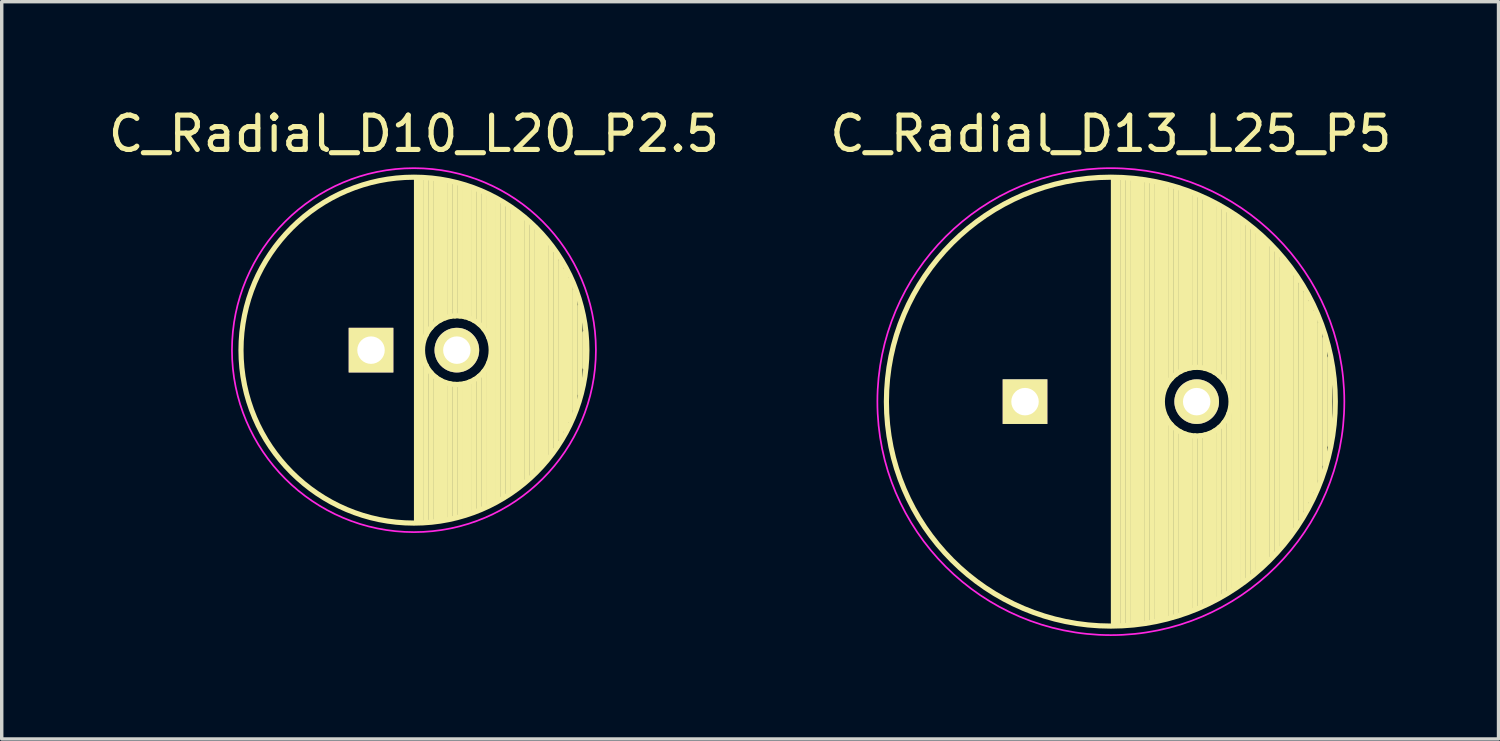
<source format=kicad_pcb>
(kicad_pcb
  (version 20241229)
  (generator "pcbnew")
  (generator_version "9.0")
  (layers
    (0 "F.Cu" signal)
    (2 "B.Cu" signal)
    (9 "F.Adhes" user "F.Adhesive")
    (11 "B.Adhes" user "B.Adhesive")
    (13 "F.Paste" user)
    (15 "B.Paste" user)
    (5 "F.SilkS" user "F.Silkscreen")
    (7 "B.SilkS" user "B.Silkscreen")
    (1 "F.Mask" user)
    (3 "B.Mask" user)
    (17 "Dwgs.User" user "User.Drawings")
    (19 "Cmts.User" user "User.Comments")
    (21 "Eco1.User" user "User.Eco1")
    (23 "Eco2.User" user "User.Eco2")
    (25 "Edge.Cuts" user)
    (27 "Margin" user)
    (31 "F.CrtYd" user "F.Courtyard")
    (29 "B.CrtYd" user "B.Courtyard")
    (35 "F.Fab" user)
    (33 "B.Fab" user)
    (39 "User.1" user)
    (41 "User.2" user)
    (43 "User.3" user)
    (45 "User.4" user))
  (footprint "C_Radial_D13_L25_P5"
    (layer "F.Cu")
    (at 26.804 8.648)
    (property "Reference" "C_Radial_D13_L25_P5" (at 2.5 -7.8 0) (layer "F.SilkS") (effects (font (size 1 1) (thickness 0.15))))
    (attr through_hole)
    (fp_line (start 2.575 -6.5) (end 2.575 6.5) (stroke (width 0.15) (type solid)) (layer "F.SilkS"))
    (fp_line (start 2.715 -6.496) (end 2.715 6.496) (stroke (width 0.15) (type solid)) (layer "F.SilkS"))
    (fp_line (start 2.855 -6.49) (end 2.855 6.49) (stroke (width 0.15) (type solid)) (layer "F.SilkS"))
    (fp_line (start 2.995 -6.481) (end 2.995 6.481) (stroke (width 0.15) (type solid)) (layer "F.SilkS"))
    (fp_line (start 3.135 -6.469) (end 3.135 6.469) (stroke (width 0.15) (type solid)) (layer "F.SilkS"))
    (fp_line (start 3.275 -6.454) (end 3.275 6.454) (stroke (width 0.15) (type solid)) (layer "F.SilkS"))
    (fp_line (start 3.415 -6.435) (end 3.415 6.435) (stroke (width 0.15) (type solid)) (layer "F.SilkS"))
    (fp_line (start 3.555 -6.414) (end 3.555 6.414) (stroke (width 0.15) (type solid)) (layer "F.SilkS"))
    (fp_line (start 3.695 -6.389) (end 3.695 6.389) (stroke (width 0.15) (type solid)) (layer "F.SilkS"))
    (fp_line (start 3.835 -6.361) (end 3.835 6.361) (stroke (width 0.15) (type solid)) (layer "F.SilkS"))
    (fp_line (start 3.975 -6.33) (end 3.975 6.33) (stroke (width 0.15) (type solid)) (layer "F.SilkS"))
    (fp_line (start 4.115 -6.296) (end 4.115 -0.466) (stroke (width 0.15) (type solid)) (layer "F.SilkS"))
    (fp_line (start 4.115 0.466) (end 4.115 6.296) (stroke (width 0.15) (type solid)) (layer "F.SilkS"))
    (fp_line (start 4.255 -6.259) (end 4.255 -0.667) (stroke (width 0.15) (type solid)) (layer "F.SilkS"))
    (fp_line (start 4.255 0.667) (end 4.255 6.259) (stroke (width 0.15) (type solid)) (layer "F.SilkS"))
    (fp_line (start 4.395 -6.218) (end 4.395 -0.796) (stroke (width 0.15) (type solid)) (layer "F.SilkS"))
    (fp_line (start 4.395 0.796) (end 4.395 6.218) (stroke (width 0.15) (type solid)) (layer "F.SilkS"))
    (fp_line (start 4.535 -6.173) (end 4.535 -0.885) (stroke (width 0.15) (type solid)) (layer "F.SilkS"))
    (fp_line (start 4.535 0.885) (end 4.535 6.173) (stroke (width 0.15) (type solid)) (layer "F.SilkS"))
    (fp_line (start 4.675 -6.125) (end 4.675 -0.946) (stroke (width 0.15) (type solid)) (layer "F.SilkS"))
    (fp_line (start 4.675 0.946) (end 4.675 6.125) (stroke (width 0.15) (type solid)) (layer "F.SilkS"))
    (fp_line (start 4.815 -6.074) (end 4.815 -0.983) (stroke (width 0.15) (type solid)) (layer "F.SilkS"))
    (fp_line (start 4.815 0.983) (end 4.815 6.074) (stroke (width 0.15) (type solid)) (layer "F.SilkS"))
    (fp_line (start 4.955 -6.019) (end 4.955 -0.999) (stroke (width 0.15) (type solid)) (layer "F.SilkS"))
    (fp_line (start 4.955 0.999) (end 4.955 6.019) (stroke (width 0.15) (type solid)) (layer "F.SilkS"))
    (fp_line (start 5.095 -5.96) (end 5.095 -0.995) (stroke (width 0.15) (type solid)) (layer "F.SilkS"))
    (fp_line (start 5.095 0.995) (end 5.095 5.96) (stroke (width 0.15) (type solid)) (layer "F.SilkS"))
    (fp_line (start 5.235 -5.897) (end 5.235 -0.972) (stroke (width 0.15) (type solid)) (layer "F.SilkS"))
    (fp_line (start 5.235 0.972) (end 5.235 5.897) (stroke (width 0.15) (type solid)) (layer "F.SilkS"))
    (fp_line (start 5.375 -5.83) (end 5.375 -0.927) (stroke (width 0.15) (type solid)) (layer "F.SilkS"))
    (fp_line (start 5.375 0.927) (end 5.375 5.83) (stroke (width 0.15) (type solid)) (layer "F.SilkS"))
    (fp_line (start 5.515 -5.758) (end 5.515 -0.857) (stroke (width 0.15) (type solid)) (layer "F.SilkS"))
    (fp_line (start 5.515 0.857) (end 5.515 5.758) (stroke (width 0.15) (type solid)) (layer "F.SilkS"))
    (fp_line (start 5.655 -5.683) (end 5.655 -0.756) (stroke (width 0.15) (type solid)) (layer "F.SilkS"))
    (fp_line (start 5.655 0.756) (end 5.655 5.683) (stroke (width 0.15) (type solid)) (layer "F.SilkS"))
    (fp_line (start 5.795 -5.603) (end 5.795 -0.607) (stroke (width 0.15) (type solid)) (layer "F.SilkS"))
    (fp_line (start 5.795 0.607) (end 5.795 5.603) (stroke (width 0.15) (type solid)) (layer "F.SilkS"))
    (fp_line (start 5.935 -5.518) (end 5.935 -0.355) (stroke (width 0.15) (type solid)) (layer "F.SilkS"))
    (fp_line (start 5.935 0.355) (end 5.935 5.518) (stroke (width 0.15) (type solid)) (layer "F.SilkS"))
    (fp_line (start 6.075 -5.429) (end 6.075 5.429) (stroke (width 0.15) (type solid)) (layer "F.SilkS"))
    (fp_line (start 6.215 -5.334) (end 6.215 5.334) (stroke (width 0.15) (type solid)) (layer "F.SilkS"))
    (fp_line (start 6.355 -5.233) (end 6.355 5.233) (stroke (width 0.15) (type solid)) (layer "F.SilkS"))
    (fp_line (start 6.495 -5.127) (end 6.495 5.127) (stroke (width 0.15) (type solid)) (layer "F.SilkS"))
    (fp_line (start 6.635 -5.015) (end 6.635 5.015) (stroke (width 0.15) (type solid)) (layer "F.SilkS"))
    (fp_line (start 6.775 -4.896) (end 6.775 4.896) (stroke (width 0.15) (type solid)) (layer "F.SilkS"))
    (fp_line (start 6.915 -4.771) (end 6.915 4.771) (stroke (width 0.15) (type solid)) (layer "F.SilkS"))
    (fp_line (start 7.055 -4.637) (end 7.055 4.637) (stroke (width 0.15) (type solid)) (layer "F.SilkS"))
    (fp_line (start 7.195 -4.495) (end 7.195 4.495) (stroke (width 0.15) (type solid)) (layer "F.SilkS"))
    (fp_line (start 7.335 -4.344) (end 7.335 4.344) (stroke (width 0.15) (type solid)) (layer "F.SilkS"))
    (fp_line (start 7.475 -4.183) (end 7.475 4.183) (stroke (width 0.15) (type solid)) (layer "F.SilkS"))
    (fp_line (start 7.615 -4.011) (end 7.615 4.011) (stroke (width 0.15) (type solid)) (layer "F.SilkS"))
    (fp_line (start 7.755 -3.826) (end 7.755 3.826) (stroke (width 0.15) (type solid)) (layer "F.SilkS"))
    (fp_line (start 7.895 -3.625) (end 7.895 3.625) (stroke (width 0.15) (type solid)) (layer "F.SilkS"))
    (fp_line (start 8.035 -3.408) (end 8.035 3.408) (stroke (width 0.15) (type solid)) (layer "F.SilkS"))
    (fp_line (start 8.175 -3.169) (end 8.175 3.169) (stroke (width 0.15) (type solid)) (layer "F.SilkS"))
    (fp_line (start 8.315 -2.904) (end 8.315 2.904) (stroke (width 0.15) (type solid)) (layer "F.SilkS"))
    (fp_line (start 8.455 -2.605) (end 8.455 2.605) (stroke (width 0.15) (type solid)) (layer "F.SilkS"))
    (fp_line (start 8.595 -2.259) (end 8.595 2.259) (stroke (width 0.15) (type solid)) (layer "F.SilkS"))
    (fp_line (start 8.735 -1.837) (end 8.735 1.837) (stroke (width 0.15) (type solid)) (layer "F.SilkS"))
    (fp_line (start 8.875 -1.269) (end 8.875 1.269) (stroke (width 0.15) (type solid)) (layer "F.SilkS"))
    (fp_circle (center 2.5 0) (end 2.5 -6.537) (stroke (width 0.15) (type solid)) (fill no) (layer "F.SilkS"))
    (fp_circle (center 5 0) (end 5 -1) (stroke (width 0.15) (type solid)) (fill no) (layer "F.SilkS"))
    (fp_circle (center 2.5 0) (end 2.5 -6.8) (stroke (width 0.05) (type solid)) (fill no) (layer "F.CrtYd"))
    (pad "1" thru_hole rect (at 0 0) (size 1.3 1.3) (drill 0.8) (layers "*.Cu" "*.Mask" "F.SilkS"))
    (pad "2" thru_hole circle (at 5 0) (size 1.3 1.3) (drill 0.8) (layers "*.Cu" "*.Mask" "F.SilkS")))
  (footprint "C_Radial_D10_L20_P2.5"
    (layer "F.Cu")
    (at 7.756 7.148)
    (property "Reference" "C_Radial_D10_L20_P2.5" (at 1.25 -6.3 0) (layer "F.SilkS") (effects (font (size 1 1) (thickness 0.15))))
    (attr through_hole)
    (fp_line (start 1.325 -4.999) (end 1.325 4.999) (stroke (width 0.15) (type solid)) (layer "F.SilkS"))
    (fp_line (start 1.465 -4.995) (end 1.465 4.995) (stroke (width 0.15) (type solid)) (layer "F.SilkS"))
    (fp_line (start 1.605 -4.987) (end 1.605 -0.446) (stroke (width 0.15) (type solid)) (layer "F.SilkS"))
    (fp_line (start 1.605 0.446) (end 1.605 4.987) (stroke (width 0.15) (type solid)) (layer "F.SilkS"))
    (fp_line (start 1.745 -4.975) (end 1.745 -0.656) (stroke (width 0.15) (type solid)) (layer "F.SilkS"))
    (fp_line (start 1.745 0.656) (end 1.745 4.975) (stroke (width 0.15) (type solid)) (layer "F.SilkS"))
    (fp_line (start 1.885 -4.96) (end 1.885 -0.789) (stroke (width 0.15) (type solid)) (layer "F.SilkS"))
    (fp_line (start 1.885 0.789) (end 1.885 4.96) (stroke (width 0.15) (type solid)) (layer "F.SilkS"))
    (fp_line (start 2.025 -4.94) (end 2.025 -0.88) (stroke (width 0.15) (type solid)) (layer "F.SilkS"))
    (fp_line (start 2.025 0.88) (end 2.025 4.94) (stroke (width 0.15) (type solid)) (layer "F.SilkS"))
    (fp_line (start 2.165 -4.916) (end 2.165 -0.942) (stroke (width 0.15) (type solid)) (layer "F.SilkS"))
    (fp_line (start 2.165 0.942) (end 2.165 4.916) (stroke (width 0.15) (type solid)) (layer "F.SilkS"))
    (fp_line (start 2.305 -4.887) (end 2.305 -0.981) (stroke (width 0.15) (type solid)) (layer "F.SilkS"))
    (fp_line (start 2.305 0.981) (end 2.305 4.887) (stroke (width 0.15) (type solid)) (layer "F.SilkS"))
    (fp_line (start 2.445 -4.855) (end 2.445 -0.998) (stroke (width 0.15) (type solid)) (layer "F.SilkS"))
    (fp_line (start 2.445 0.998) (end 2.445 4.855) (stroke (width 0.15) (type solid)) (layer "F.SilkS"))
    (fp_line (start 2.585 -4.818) (end 2.585 -0.996) (stroke (width 0.15) (type solid)) (layer "F.SilkS"))
    (fp_line (start 2.585 0.996) (end 2.585 4.818) (stroke (width 0.15) (type solid)) (layer "F.SilkS"))
    (fp_line (start 2.725 -4.777) (end 2.725 -0.974) (stroke (width 0.15) (type solid)) (layer "F.SilkS"))
    (fp_line (start 2.725 0.974) (end 2.725 4.777) (stroke (width 0.15) (type solid)) (layer "F.SilkS"))
    (fp_line (start 2.865 -4.732) (end 2.865 -0.931) (stroke (width 0.15) (type solid)) (layer "F.SilkS"))
    (fp_line (start 2.865 0.931) (end 2.865 4.732) (stroke (width 0.15) (type solid)) (layer "F.SilkS"))
    (fp_line (start 3.005 -4.682) (end 3.005 -0.863) (stroke (width 0.15) (type solid)) (layer "F.SilkS"))
    (fp_line (start 3.005 0.863) (end 3.005 4.682) (stroke (width 0.15) (type solid)) (layer "F.SilkS"))
    (fp_line (start 3.145 -4.627) (end 3.145 -0.764) (stroke (width 0.15) (type solid)) (layer "F.SilkS"))
    (fp_line (start 3.145 0.764) (end 3.145 4.627) (stroke (width 0.15) (type solid)) (layer "F.SilkS"))
    (fp_line (start 3.285 -4.567) (end 3.285 -0.619) (stroke (width 0.15) (type solid)) (layer "F.SilkS"))
    (fp_line (start 3.285 0.619) (end 3.285 4.567) (stroke (width 0.15) (type solid)) (layer "F.SilkS"))
    (fp_line (start 3.425 -4.502) (end 3.425 -0.38) (stroke (width 0.15) (type solid)) (layer "F.SilkS"))
    (fp_line (start 3.425 0.38) (end 3.425 4.502) (stroke (width 0.15) (type solid)) (layer "F.SilkS"))
    (fp_line (start 3.565 -4.432) (end 3.565 4.432) (stroke (width 0.15) (type solid)) (layer "F.SilkS"))
    (fp_line (start 3.705 -4.356) (end 3.705 4.356) (stroke (width 0.15) (type solid)) (layer "F.SilkS"))
    (fp_line (start 3.845 -4.274) (end 3.845 4.274) (stroke (width 0.15) (type solid)) (layer "F.SilkS"))
    (fp_line (start 3.985 -4.186) (end 3.985 4.186) (stroke (width 0.15) (type solid)) (layer "F.SilkS"))
    (fp_line (start 4.125 -4.091) (end 4.125 4.091) (stroke (width 0.15) (type solid)) (layer "F.SilkS"))
    (fp_line (start 4.265 -3.989) (end 4.265 3.989) (stroke (width 0.15) (type solid)) (layer "F.SilkS"))
    (fp_line (start 4.405 -3.879) (end 4.405 3.879) (stroke (width 0.15) (type solid)) (layer "F.SilkS"))
    (fp_line (start 4.545 -3.761) (end 4.545 3.761) (stroke (width 0.15) (type solid)) (layer "F.SilkS"))
    (fp_line (start 4.685 -3.633) (end 4.685 3.633) (stroke (width 0.15) (type solid)) (layer "F.SilkS"))
    (fp_line (start 4.825 -3.496) (end 4.825 3.496) (stroke (width 0.15) (type solid)) (layer "F.SilkS"))
    (fp_line (start 4.965 -3.346) (end 4.965 3.346) (stroke (width 0.15) (type solid)) (layer "F.SilkS"))
    (fp_line (start 5.105 -3.184) (end 5.105 3.184) (stroke (width 0.15) (type solid)) (layer "F.SilkS"))
    (fp_line (start 5.245 -3.007) (end 5.245 3.007) (stroke (width 0.15) (type solid)) (layer "F.SilkS"))
    (fp_line (start 5.385 -2.811) (end 5.385 2.811) (stroke (width 0.15) (type solid)) (layer "F.SilkS"))
    (fp_line (start 5.525 -2.593) (end 5.525 2.593) (stroke (width 0.15) (type solid)) (layer "F.SilkS"))
    (fp_line (start 5.665 -2.347) (end 5.665 2.347) (stroke (width 0.15) (type solid)) (layer "F.SilkS"))
    (fp_line (start 5.805 -2.062) (end 5.805 2.062) (stroke (width 0.15) (type solid)) (layer "F.SilkS"))
    (fp_line (start 5.945 -1.72) (end 5.945 1.72) (stroke (width 0.15) (type solid)) (layer "F.SilkS"))
    (fp_line (start 6.085 -1.274) (end 6.085 1.274) (stroke (width 0.15) (type solid)) (layer "F.SilkS"))
    (fp_line (start 6.225 -0.499) (end 6.225 0.499) (stroke (width 0.15) (type solid)) (layer "F.SilkS"))
    (fp_circle (center 1.25 0) (end 1.25 -5.037) (stroke (width 0.15) (type solid)) (fill no) (layer "F.SilkS"))
    (fp_circle (center 2.5 0) (end 2.5 -1) (stroke (width 0.15) (type solid)) (fill no) (layer "F.SilkS"))
    (fp_circle (center 1.25 0) (end 1.25 -5.3) (stroke (width 0.05) (type solid)) (fill no) (layer "F.CrtYd"))
    (pad "1" thru_hole rect (at 0 0) (size 1.3 1.3) (drill 0.8) (layers "*.Cu" "*.Mask" "F.SilkS"))
    (pad "2" thru_hole circle (at 2.5 0) (size 1.3 1.3) (drill 0.8) (layers "*.Cu" "*.Mask" "F.SilkS")))
  (gr_rect
    (start -3 -3)
    (end 40.595 18.473)
    (stroke (width 0.1) (type default))
    (fill no)
    (layer "Edge.Cuts")))
</source>
